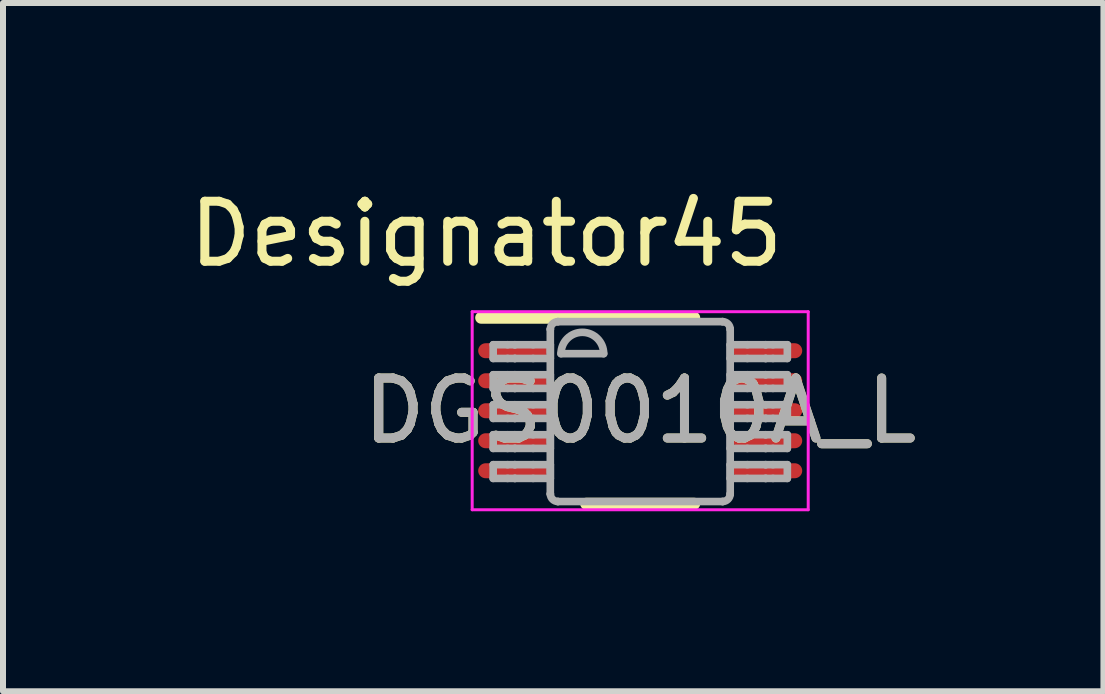
<source format=kicad_pcb>
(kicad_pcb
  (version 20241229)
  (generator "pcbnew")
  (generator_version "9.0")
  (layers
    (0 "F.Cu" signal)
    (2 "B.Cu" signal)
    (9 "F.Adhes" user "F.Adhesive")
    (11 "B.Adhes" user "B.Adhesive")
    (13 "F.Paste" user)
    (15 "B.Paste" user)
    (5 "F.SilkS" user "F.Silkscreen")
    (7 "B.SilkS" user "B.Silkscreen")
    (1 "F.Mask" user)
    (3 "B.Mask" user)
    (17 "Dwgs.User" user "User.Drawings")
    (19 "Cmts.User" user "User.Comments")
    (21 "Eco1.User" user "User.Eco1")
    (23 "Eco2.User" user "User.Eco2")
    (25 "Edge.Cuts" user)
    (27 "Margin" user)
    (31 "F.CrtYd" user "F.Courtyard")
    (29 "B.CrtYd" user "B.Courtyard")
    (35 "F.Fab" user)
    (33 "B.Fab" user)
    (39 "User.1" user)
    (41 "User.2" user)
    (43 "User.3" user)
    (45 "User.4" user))
  (footprint "DGS0010A_L"
    (layer "F.Cu")
    (at 7.619 3.795)
    (property "Reference" "DGS0010A_L" (at 0 0 0) (unlocked yes) (layer "F.SilkS") (effects (font (size 1 1) (thickness 0.15))))
    (attr smd)
    (fp_line (start -2.65 -1.55) (end 0.9 -1.55) (stroke (width 0.2) (type solid)) (layer "F.SilkS"))
    (fp_line (start -0.9 1.55) (end 0.9 1.55) (stroke (width 0.2) (type solid)) (layer "F.SilkS"))
    (fp_line (start -2.8 -1.65) (end 2.8 -1.65) (stroke (width 0.05) (type solid)) (layer "F.CrtYd"))
    (fp_line (start -2.8 1.65) (end -2.8 -1.65) (stroke (width 0.05) (type solid)) (layer "F.CrtYd"))
    (fp_line (start -2.8 1.65) (end 2.8 1.65) (stroke (width 0.05) (type solid)) (layer "F.CrtYd"))
    (fp_line (start 2.8 1.65) (end 2.8 -1.65) (stroke (width 0.05) (type solid)) (layer "F.CrtYd"))
    (fp_line (start -2.45 -1.1) (end -2.21 -1.1) (stroke (width 0.127) (type solid)) (layer "F.Fab"))
    (fp_line (start -2.45 -0.871) (end -2.45 -1.1) (stroke (width 0.127) (type solid)) (layer "F.Fab"))
    (fp_line (start -2.45 -0.871) (end -2.21 -0.871) (stroke (width 0.127) (type solid)) (layer "F.Fab"))
    (fp_line (start -2.45 -0.6) (end -2.21 -0.6) (stroke (width 0.127) (type solid)) (layer "F.Fab"))
    (fp_line (start -2.45 -0.372) (end -2.45 -0.6) (stroke (width 0.127) (type solid)) (layer "F.Fab"))
    (fp_line (start -2.45 -0.372) (end -2.21 -0.372) (stroke (width 0.127) (type solid)) (layer "F.Fab"))
    (fp_line (start -2.45 -0.1) (end -2.21 -0.1) (stroke (width 0.127) (type solid)) (layer "F.Fab"))
    (fp_line (start -2.45 0.128) (end -2.45 -0.1) (stroke (width 0.127) (type solid)) (layer "F.Fab"))
    (fp_line (start -2.45 0.128) (end -2.21 0.128) (stroke (width 0.127) (type solid)) (layer "F.Fab"))
    (fp_line (start -2.45 0.4) (end -2.21 0.4) (stroke (width 0.127) (type solid)) (layer "F.Fab"))
    (fp_line (start -2.45 0.628) (end -2.45 0.4) (stroke (width 0.127) (type solid)) (layer "F.Fab"))
    (fp_line (start -2.45 0.628) (end -2.21 0.628) (stroke (width 0.127) (type solid)) (layer "F.Fab"))
    (fp_line (start -2.45 0.899) (end -2.21 0.899) (stroke (width 0.127) (type solid)) (layer "F.Fab"))
    (fp_line (start -2.45 1.128) (end -2.45 0.899) (stroke (width 0.127) (type solid)) (layer "F.Fab"))
    (fp_line (start -2.45 1.128) (end -2.21 1.128) (stroke (width 0.127) (type solid)) (layer "F.Fab"))
    (fp_line (start -2.21 -1.1) (end -2.09 -1.1) (stroke (width 0.127) (type solid)) (layer "F.Fab"))
    (fp_line (start -2.21 -0.871) (end -2.09 -0.871) (stroke (width 0.127) (type solid)) (layer "F.Fab"))
    (fp_line (start -2.21 -0.6) (end -2.09 -0.6) (stroke (width 0.127) (type solid)) (layer "F.Fab"))
    (fp_line (start -2.21 -0.372) (end -2.09 -0.372) (stroke (width 0.127) (type solid)) (layer "F.Fab"))
    (fp_line (start -2.21 -0.1) (end -2.09 -0.1) (stroke (width 0.127) (type solid)) (layer "F.Fab"))
    (fp_line (start -2.21 0.128) (end -2.09 0.128) (stroke (width 0.127) (type solid)) (layer "F.Fab"))
    (fp_line (start -2.21 0.4) (end -2.09 0.4) (stroke (width 0.127) (type solid)) (layer "F.Fab"))
    (fp_line (start -2.21 0.628) (end -2.09 0.628) (stroke (width 0.127) (type solid)) (layer "F.Fab"))
    (fp_line (start -2.21 0.899) (end -2.09 0.899) (stroke (width 0.127) (type solid)) (layer "F.Fab"))
    (fp_line (start -2.21 1.128) (end -2.09 1.128) (stroke (width 0.127) (type solid)) (layer "F.Fab"))
    (fp_line (start -2.09 -1.1) (end -2.087 -1.1) (stroke (width 0.127) (type solid)) (layer "F.Fab"))
    (fp_line (start -2.09 -0.871) (end -2.087 -0.871) (stroke (width 0.127) (type solid)) (layer "F.Fab"))
    (fp_line (start -2.09 -0.6) (end -2.087 -0.6) (stroke (width 0.127) (type solid)) (layer "F.Fab"))
    (fp_line (start -2.09 -0.372) (end -2.087 -0.372) (stroke (width 0.127) (type solid)) (layer "F.Fab"))
    (fp_line (start -2.09 -0.1) (end -2.087 -0.1) (stroke (width 0.127) (type solid)) (layer "F.Fab"))
    (fp_line (start -2.09 0.128) (end -2.087 0.128) (stroke (width 0.127) (type solid)) (layer "F.Fab"))
    (fp_line (start -2.09 0.4) (end -2.087 0.4) (stroke (width 0.127) (type solid)) (layer "F.Fab"))
    (fp_line (start -2.09 0.628) (end -2.087 0.628) (stroke (width 0.127) (type solid)) (layer "F.Fab"))
    (fp_line (start -2.09 0.899) (end -2.087 0.899) (stroke (width 0.127) (type solid)) (layer "F.Fab"))
    (fp_line (start -2.09 1.128) (end -2.087 1.128) (stroke (width 0.127) (type solid)) (layer "F.Fab"))
    (fp_line (start -2.087 -1.1) (end -1.784 -1.1) (stroke (width 0.127) (type solid)) (layer "F.Fab"))
    (fp_line (start -2.087 -0.871) (end -1.784 -0.871) (stroke (width 0.127) (type solid)) (layer "F.Fab"))
    (fp_line (start -2.087 -0.6) (end -1.784 -0.6) (stroke (width 0.127) (type solid)) (layer "F.Fab"))
    (fp_line (start -2.087 -0.372) (end -1.784 -0.372) (stroke (width 0.127) (type solid)) (layer "F.Fab"))
    (fp_line (start -2.087 -0.1) (end -1.784 -0.1) (stroke (width 0.127) (type solid)) (layer "F.Fab"))
    (fp_line (start -2.087 0.128) (end -1.784 0.128) (stroke (width 0.127) (type solid)) (layer "F.Fab"))
    (fp_line (start -2.087 0.4) (end -1.784 0.4) (stroke (width 0.127) (type solid)) (layer "F.Fab"))
    (fp_line (start -2.087 0.628) (end -1.784 0.628) (stroke (width 0.127) (type solid)) (layer "F.Fab"))
    (fp_line (start -2.087 0.899) (end -1.784 0.899) (stroke (width 0.127) (type solid)) (layer "F.Fab"))
    (fp_line (start -2.087 1.128) (end -1.784 1.128) (stroke (width 0.127) (type solid)) (layer "F.Fab"))
    (fp_line (start -1.784 -1.1) (end -1.498 -1.1) (stroke (width 0.127) (type solid)) (layer "F.Fab"))
    (fp_line (start -1.784 -0.871) (end -1.498 -0.871) (stroke (width 0.127) (type solid)) (layer "F.Fab"))
    (fp_line (start -1.784 -0.6) (end -1.498 -0.6) (stroke (width 0.127) (type solid)) (layer "F.Fab"))
    (fp_line (start -1.784 -0.372) (end -1.498 -0.372) (stroke (width 0.127) (type solid)) (layer "F.Fab"))
    (fp_line (start -1.784 -0.1) (end -1.498 -0.1) (stroke (width 0.127) (type solid)) (layer "F.Fab"))
    (fp_line (start -1.784 0.128) (end -1.498 0.128) (stroke (width 0.127) (type solid)) (layer "F.Fab"))
    (fp_line (start -1.784 0.4) (end -1.498 0.4) (stroke (width 0.127) (type solid)) (layer "F.Fab"))
    (fp_line (start -1.784 0.628) (end -1.498 0.628) (stroke (width 0.127) (type solid)) (layer "F.Fab"))
    (fp_line (start -1.784 0.899) (end -1.498 0.899) (stroke (width 0.127) (type solid)) (layer "F.Fab"))
    (fp_line (start -1.784 1.128) (end -1.498 1.128) (stroke (width 0.127) (type solid)) (layer "F.Fab"))
    (fp_line (start -1.498 -1.358) (end -1.497 -1.36) (stroke (width 0.127) (type solid)) (layer "F.Fab"))
    (fp_line (start -1.498 -0.871) (end -1.498 -1.1) (stroke (width 0.127) (type solid)) (layer "F.Fab"))
    (fp_line (start -1.498 -0.372) (end -1.498 -0.6) (stroke (width 0.127) (type solid)) (layer "F.Fab"))
    (fp_line (start -1.498 0.128) (end -1.498 -0.1) (stroke (width 0.127) (type solid)) (layer "F.Fab"))
    (fp_line (start -1.498 0.628) (end -1.498 0.4) (stroke (width 0.127) (type solid)) (layer "F.Fab"))
    (fp_line (start -1.498 1.128) (end -1.498 0.899) (stroke (width 0.127) (type solid)) (layer "F.Fab"))
    (fp_line (start -1.498 1.386) (end -1.498 -1.358) (stroke (width 0.127) (type solid)) (layer "F.Fab"))
    (fp_line (start -1.498 1.386) (end -1.497 1.388) (stroke (width 0.127) (type solid)) (layer "F.Fab"))
    (fp_line (start -1.373 -1.485) (end -1.371 -1.485) (stroke (width 0.127) (type solid)) (layer "F.Fab"))
    (fp_line (start -1.373 1.513) (end -1.371 1.513) (stroke (width 0.127) (type solid)) (layer "F.Fab"))
    (fp_line (start -1.371 -1.485) (end 1.373 -1.485) (stroke (width 0.127) (type solid)) (layer "F.Fab"))
    (fp_line (start -1.371 1.513) (end 1.373 1.513) (stroke (width 0.127) (type solid)) (layer "F.Fab"))
    (fp_line (start -1.32 -0.951) (end -0.609 -0.951) (stroke (width 0.127) (type solid)) (layer "F.Fab"))
    (fp_line (start 1.373 -1.485) (end 1.375 -1.485) (stroke (width 0.127) (type solid)) (layer "F.Fab"))
    (fp_line (start 1.373 1.513) (end 1.375 1.513) (stroke (width 0.127) (type solid)) (layer "F.Fab"))
    (fp_line (start 1.5 -1.36) (end 1.5 -1.358) (stroke (width 0.127) (type solid)) (layer "F.Fab"))
    (fp_line (start 1.5 1.388) (end 1.5 1.386) (stroke (width 0.127) (type solid)) (layer "F.Fab"))
    (fp_line (start 1.5 -1.1) (end 1.786 -1.1) (stroke (width 0.127) (type solid)) (layer "F.Fab"))
    (fp_line (start 1.5 -0.871) (end 1.5 -1.1) (stroke (width 0.127) (type solid)) (layer "F.Fab"))
    (fp_line (start 1.5 -0.871) (end 1.786 -0.871) (stroke (width 0.127) (type solid)) (layer "F.Fab"))
    (fp_line (start 1.5 -0.6) (end 1.786 -0.6) (stroke (width 0.127) (type solid)) (layer "F.Fab"))
    (fp_line (start 1.5 -0.372) (end 1.5 -0.6) (stroke (width 0.127) (type solid)) (layer "F.Fab"))
    (fp_line (start 1.5 -0.372) (end 1.786 -0.372) (stroke (width 0.127) (type solid)) (layer "F.Fab"))
    (fp_line (start 1.5 -0.1) (end 1.786 -0.1) (stroke (width 0.127) (type solid)) (layer "F.Fab"))
    (fp_line (start 1.5 0.128) (end 1.5 -0.1) (stroke (width 0.127) (type solid)) (layer "F.Fab"))
    (fp_line (start 1.5 0.128) (end 1.786 0.128) (stroke (width 0.127) (type solid)) (layer "F.Fab"))
    (fp_line (start 1.5 0.4) (end 1.786 0.4) (stroke (width 0.127) (type solid)) (layer "F.Fab"))
    (fp_line (start 1.5 0.628) (end 1.5 0.4) (stroke (width 0.127) (type solid)) (layer "F.Fab"))
    (fp_line (start 1.5 0.628) (end 1.786 0.628) (stroke (width 0.127) (type solid)) (layer "F.Fab"))
    (fp_line (start 1.5 0.899) (end 1.786 0.899) (stroke (width 0.127) (type solid)) (layer "F.Fab"))
    (fp_line (start 1.5 1.128) (end 1.5 0.899) (stroke (width 0.127) (type solid)) (layer "F.Fab"))
    (fp_line (start 1.5 1.128) (end 1.786 1.128) (stroke (width 0.127) (type solid)) (layer "F.Fab"))
    (fp_line (start 1.5 1.386) (end 1.5 -1.358) (stroke (width 0.127) (type solid)) (layer "F.Fab"))
    (fp_line (start 1.786 -1.1) (end 2.089 -1.1) (stroke (width 0.127) (type solid)) (layer "F.Fab"))
    (fp_line (start 1.786 -0.871) (end 2.089 -0.871) (stroke (width 0.127) (type solid)) (layer "F.Fab"))
    (fp_line (start 1.786 -0.6) (end 2.089 -0.6) (stroke (width 0.127) (type solid)) (layer "F.Fab"))
    (fp_line (start 1.786 -0.372) (end 2.089 -0.372) (stroke (width 0.127) (type solid)) (layer "F.Fab"))
    (fp_line (start 1.786 -0.1) (end 2.089 -0.1) (stroke (width 0.127) (type solid)) (layer "F.Fab"))
    (fp_line (start 1.786 0.128) (end 2.089 0.128) (stroke (width 0.127) (type solid)) (layer "F.Fab"))
    (fp_line (start 1.786 0.4) (end 2.089 0.4) (stroke (width 0.127) (type solid)) (layer "F.Fab"))
    (fp_line (start 1.786 0.628) (end 2.089 0.628) (stroke (width 0.127) (type solid)) (layer "F.Fab"))
    (fp_line (start 1.786 0.899) (end 2.089 0.899) (stroke (width 0.127) (type solid)) (layer "F.Fab"))
    (fp_line (start 1.786 1.128) (end 2.089 1.128) (stroke (width 0.127) (type solid)) (layer "F.Fab"))
    (fp_line (start 2.089 -1.1) (end 2.093 -1.1) (stroke (width 0.127) (type solid)) (layer "F.Fab"))
    (fp_line (start 2.089 -0.871) (end 2.093 -0.871) (stroke (width 0.127) (type solid)) (layer "F.Fab"))
    (fp_line (start 2.089 -0.6) (end 2.093 -0.6) (stroke (width 0.127) (type solid)) (layer "F.Fab"))
    (fp_line (start 2.089 -0.372) (end 2.093 -0.372) (stroke (width 0.127) (type solid)) (layer "F.Fab"))
    (fp_line (start 2.089 -0.1) (end 2.093 -0.1) (stroke (width 0.127) (type solid)) (layer "F.Fab"))
    (fp_line (start 2.089 0.128) (end 2.093 0.128) (stroke (width 0.127) (type solid)) (layer "F.Fab"))
    (fp_line (start 2.089 0.4) (end 2.093 0.4) (stroke (width 0.127) (type solid)) (layer "F.Fab"))
    (fp_line (start 2.089 0.628) (end 2.093 0.628) (stroke (width 0.127) (type solid)) (layer "F.Fab"))
    (fp_line (start 2.089 0.899) (end 2.093 0.899) (stroke (width 0.127) (type solid)) (layer "F.Fab"))
    (fp_line (start 2.089 1.128) (end 2.093 1.128) (stroke (width 0.127) (type solid)) (layer "F.Fab"))
    (fp_line (start 2.093 -1.1) (end 2.213 -1.1) (stroke (width 0.127) (type solid)) (layer "F.Fab"))
    (fp_line (start 2.093 -0.871) (end 2.213 -0.871) (stroke (width 0.127) (type solid)) (layer "F.Fab"))
    (fp_line (start 2.093 -0.6) (end 2.213 -0.6) (stroke (width 0.127) (type solid)) (layer "F.Fab"))
    (fp_line (start 2.093 -0.372) (end 2.213 -0.372) (stroke (width 0.127) (type solid)) (layer "F.Fab"))
    (fp_line (start 2.093 -0.1) (end 2.213 -0.1) (stroke (width 0.127) (type solid)) (layer "F.Fab"))
    (fp_line (start 2.093 0.128) (end 2.213 0.128) (stroke (width 0.127) (type solid)) (layer "F.Fab"))
    (fp_line (start 2.093 0.4) (end 2.213 0.4) (stroke (width 0.127) (type solid)) (layer "F.Fab"))
    (fp_line (start 2.093 0.628) (end 2.213 0.628) (stroke (width 0.127) (type solid)) (layer "F.Fab"))
    (fp_line (start 2.093 0.899) (end 2.213 0.899) (stroke (width 0.127) (type solid)) (layer "F.Fab"))
    (fp_line (start 2.093 1.128) (end 2.213 1.128) (stroke (width 0.127) (type solid)) (layer "F.Fab"))
    (fp_line (start 2.213 -1.1) (end 2.452 -1.1) (stroke (width 0.127) (type solid)) (layer "F.Fab"))
    (fp_line (start 2.213 -0.871) (end 2.452 -0.871) (stroke (width 0.127) (type solid)) (layer "F.Fab"))
    (fp_line (start 2.213 -0.6) (end 2.452 -0.6) (stroke (width 0.127) (type solid)) (layer "F.Fab"))
    (fp_line (start 2.213 -0.372) (end 2.452 -0.372) (stroke (width 0.127) (type solid)) (layer "F.Fab"))
    (fp_line (start 2.213 -0.1) (end 2.452 -0.1) (stroke (width 0.127) (type solid)) (layer "F.Fab"))
    (fp_line (start 2.213 0.128) (end 2.452 0.128) (stroke (width 0.127) (type solid)) (layer "F.Fab"))
    (fp_line (start 2.213 0.4) (end 2.452 0.4) (stroke (width 0.127) (type solid)) (layer "F.Fab"))
    (fp_line (start 2.213 0.628) (end 2.452 0.628) (stroke (width 0.127) (type solid)) (layer "F.Fab"))
    (fp_line (start 2.213 0.899) (end 2.452 0.899) (stroke (width 0.127) (type solid)) (layer "F.Fab"))
    (fp_line (start 2.213 1.128) (end 2.452 1.128) (stroke (width 0.127) (type solid)) (layer "F.Fab"))
    (fp_line (start 2.452 -0.871) (end 2.452 -1.1) (stroke (width 0.127) (type solid)) (layer "F.Fab"))
    (fp_line (start 2.452 -0.372) (end 2.452 -0.6) (stroke (width 0.127) (type solid)) (layer "F.Fab"))
    (fp_line (start 2.452 0.128) (end 2.452 -0.1) (stroke (width 0.127) (type solid)) (layer "F.Fab"))
    (fp_line (start 2.452 0.628) (end 2.452 0.4) (stroke (width 0.127) (type solid)) (layer "F.Fab"))
    (fp_line (start 2.452 1.128) (end 2.452 0.899) (stroke (width 0.127) (type solid)) (layer "F.Fab"))
    (fp_arc (start -1.49745 -1.360299) (mid -1.460293 -1.447356) (end -1.373243 -1.484531) (stroke (width 0.127) (type solid)) (layer "F.Fab"))
    (fp_arc (start -1.373243 1.512619) (mid -1.460293 1.475444) (end -1.49745 1.388386) (stroke (width 0.127) (type solid)) (layer "F.Fab"))
    (fp_arc (start -1.3197 -0.951156) (mid -0.9641 -1.306756) (end -0.6085 -0.951156) (stroke (width 0.127) (type solid)) (layer "F.Fab"))
    (fp_arc (start 1.375443 -1.484532) (mid 1.462505 -1.447362) (end 1.499675 -1.360299) (stroke (width 0.127) (type solid)) (layer "F.Fab"))
    (fp_arc (start 1.499675 1.388387) (mid 1.462505 1.475449) (end 1.375443 1.512619) (stroke (width 0.127) (type solid)) (layer "F.Fab"))
    (fp_text user "Designator45" (at -2.565 -2.946 0) (unlocked yes) (layer "F.SilkS") (effects (font (size 1 1) (thickness 0.15))))
    (fp_text user "${REFERENCE}" (at 0 0 0) (unlocked yes) (layer "F.Fab") (effects (font (size 1 1) (thickness 0.15))))
    (pad "1" smd oval (at -2.125 -1 90) (size 0.25 1.15) (layers "F.Cu" "F.Mask" "F.Paste"))
    (pad "2" smd oval (at -2.125 -0.5 90) (size 0.25 1.15) (layers "F.Cu" "F.Mask" "F.Paste"))
    (pad "3" smd oval (at -2.125 0 90) (size 0.25 1.15) (layers "F.Cu" "F.Mask" "F.Paste"))
    (pad "4" smd oval (at -2.125 0.5 90) (size 0.25 1.15) (layers "F.Cu" "F.Mask" "F.Paste"))
    (pad "5" smd oval (at -2.125 1 90) (size 0.25 1.15) (layers "F.Cu" "F.Mask" "F.Paste"))
    (pad "6" smd oval (at 2.125 1 90) (size 0.25 1.15) (layers "F.Cu" "F.Mask" "F.Paste"))
    (pad "7" smd oval (at 2.125 0.5 90) (size 0.25 1.15) (layers "F.Cu" "F.Mask" "F.Paste"))
    (pad "8" smd oval (at 2.125 0 90) (size 0.25 1.15) (layers "F.Cu" "F.Mask" "F.Paste"))
    (pad "9" smd oval (at 2.125 -0.5 90) (size 0.25 1.15) (layers "F.Cu" "F.Mask" "F.Paste"))
    (pad "10" smd oval (at 2.125 -1 90) (size 0.25 1.15) (layers "F.Cu" "F.Mask" "F.Paste")))
  (gr_rect
    (start -3 -3)
    (end 15.339 8.47)
    (stroke (width 0.1) (type default))
    (fill no)
    (layer "Edge.Cuts")))
</source>
